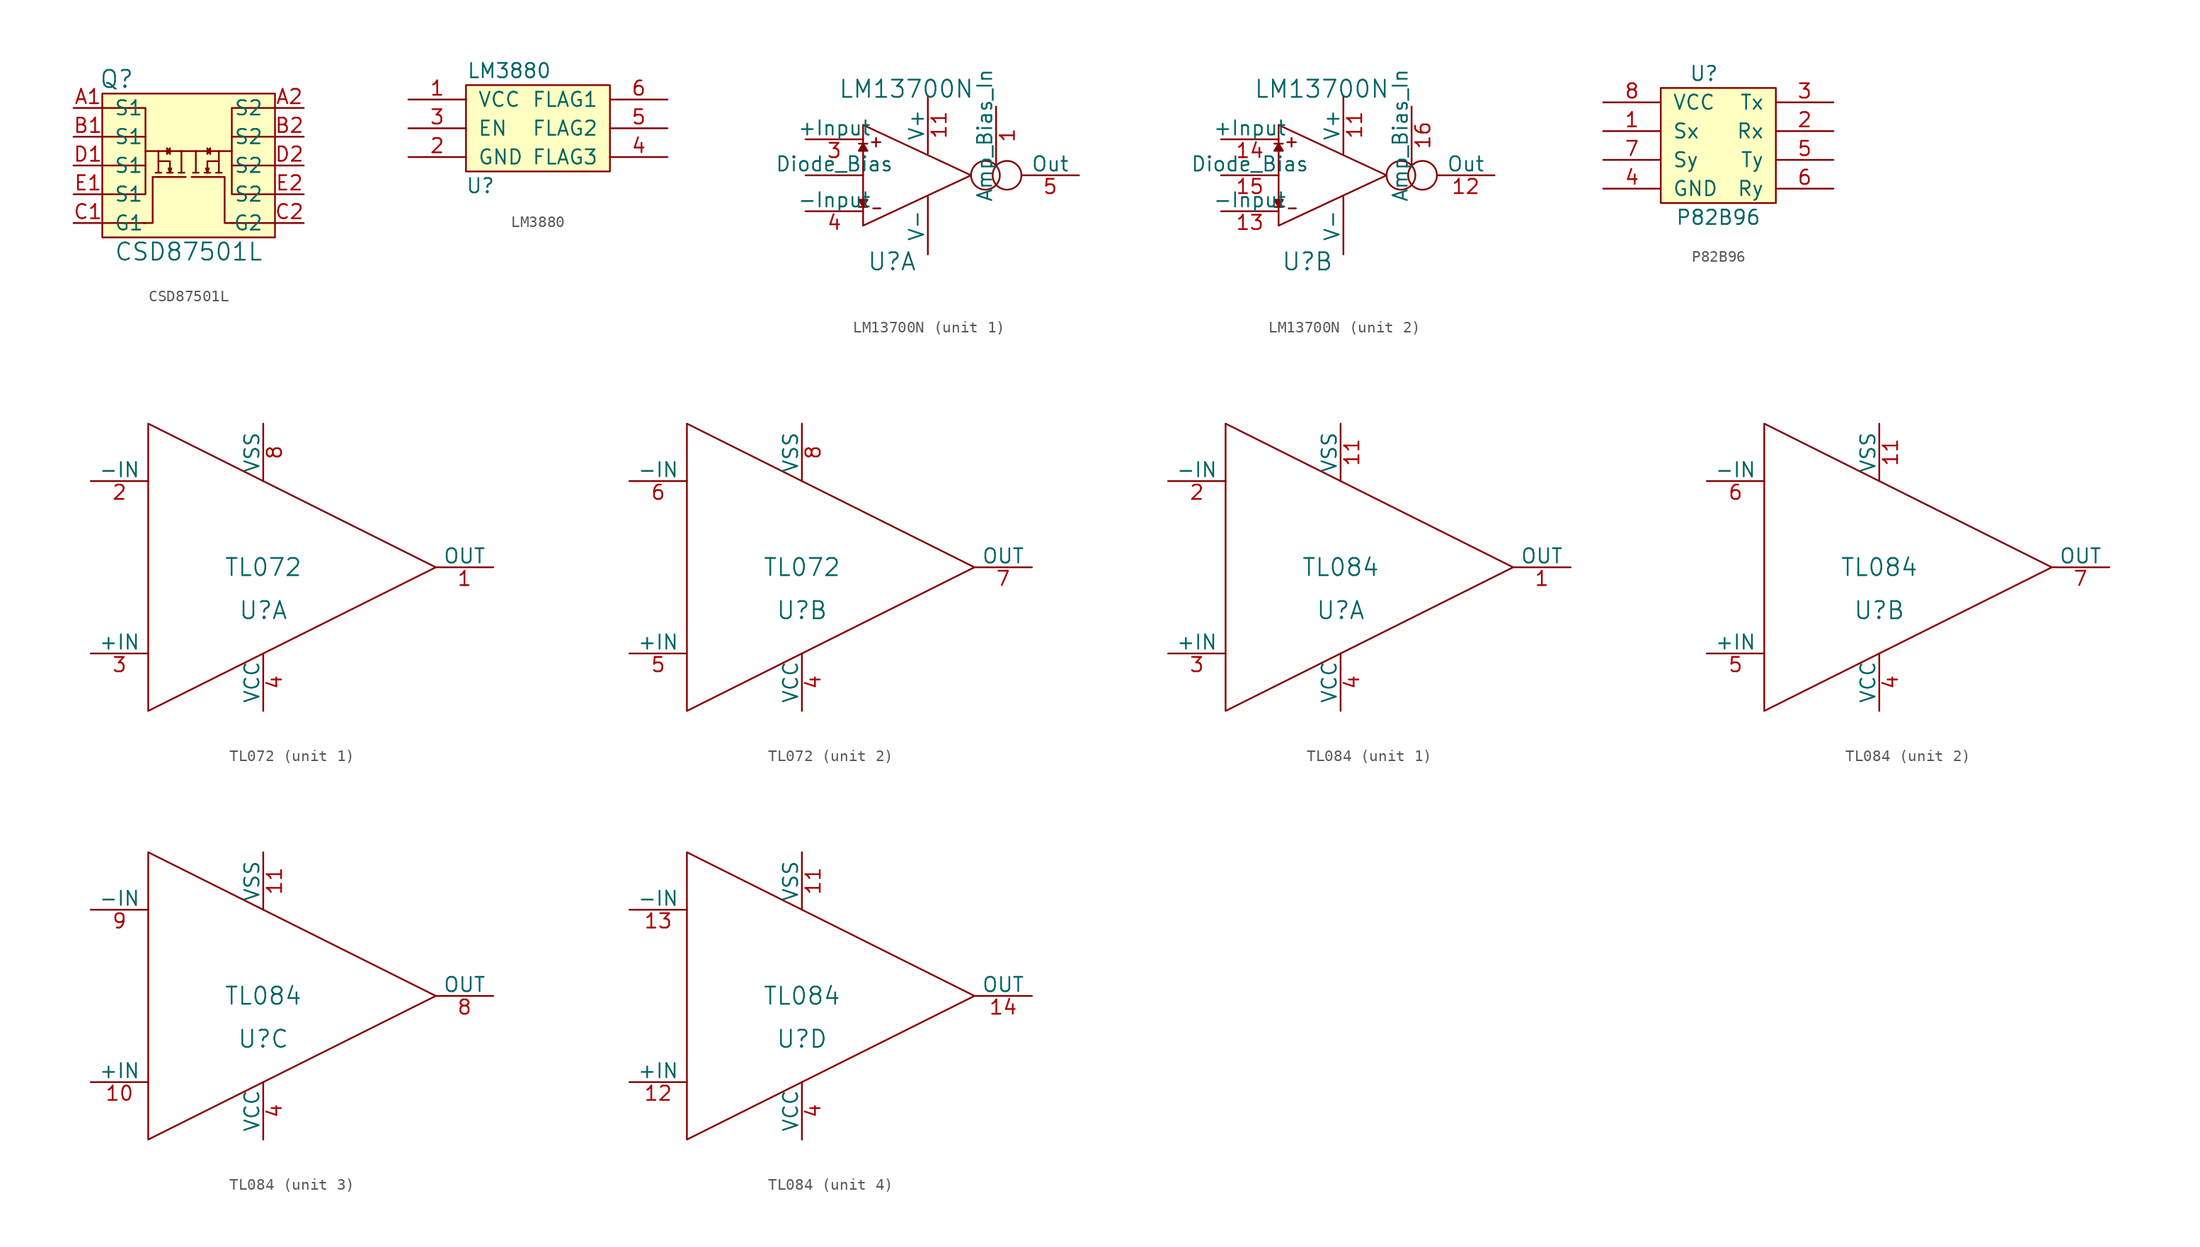
<source format=kicad_sym>
(kicad_symbol_lib
  (version 20241209)
  (generator "kicad_symbol_editor")
  (generator_version "9.0")
  (symbol "CSD87501L"
    (pin_names
      (offset 1.016))
    (property "Reference" "Q"
      (at -6.35 7.62 0)
      (effects (font (size 1.524 1.524))))
    (property "Value" "CSD87501L"
      (at 0 -7.62 0)
      (effects (font (size 1.524 1.524))))
    (symbol "CSD87501L_0_1"
      (rectangle (start -7.62 6.35) (end 7.62 -6.35) (stroke (width 0) (type solid)) (fill (type background)))
      (polyline (pts (xy -7.62 5.08) (xy -3.81 5.08) (xy -3.81 -2.54) (xy -7.62 -2.54)) (stroke (width 0) (type solid)) (fill (type none)))
      (polyline (pts (xy -7.62 2.54) (xy -3.81 2.54)) (stroke (width 0) (type solid)) (fill (type none)))
      (polyline (pts (xy -7.62 0) (xy -3.81 0)) (stroke (width 0) (type solid)) (fill (type none)))
      (polyline (pts (xy -7.62 -5.08) (xy -3.81 -5.08)) (stroke (width 0) (type solid)) (fill (type none)))
      (polyline (pts (xy -3.175 -1.016) (xy -3.175 -5.08) (xy -3.937 -5.08)) (stroke (width 0) (type solid)) (fill (type none)))
      (polyline (pts (xy -2.667 1.27) (xy -3.81 1.27)) (stroke (width 0) (type solid)) (fill (type none)))
      (polyline (pts (xy -2.667 1.27) (xy -0.635 1.27)) (stroke (width 0) (type solid)) (fill (type none)))
      (polyline (pts (xy -2.667 -0.635) (xy -2.667 1.27)) (stroke (width 0) (type solid)) (fill (type none)))
      (polyline (pts (xy -2.413 -0.635) (xy -2.921 -0.635)) (stroke (width 0) (type solid)) (fill (type none)))
      (polyline (pts (xy -1.651 1.27) (xy -1.905 1.016) (xy -1.905 1.524) (xy -1.651 1.27)) (stroke (width 0) (type solid)) (fill (type outline)))
      (polyline (pts (xy -1.651 1.016) (xy -1.651 1.524)) (stroke (width 0) (type solid)) (fill (type none)))
      (polyline (pts (xy -1.651 -0.635) (xy -1.651 0.381) (xy -2.667 0.381)) (stroke (width 0) (type solid)) (fill (type none)))
      (polyline (pts (xy -1.651 -0.635) (xy -1.524 -0.254) (xy -1.778 -0.254) (xy -1.651 -0.635)) (stroke (width 0) (type solid)) (fill (type none)))
      (polyline (pts (xy -1.397 -0.635) (xy -1.905 -0.635)) (stroke (width 0) (type solid)) (fill (type none)))
      (polyline (pts (xy -0.635 -0.635) (xy -0.635 1.27)) (stroke (width 0) (type solid)) (fill (type none)))
      (polyline (pts (xy -0.381 -0.635) (xy -0.889 -0.635)) (stroke (width 0) (type solid)) (fill (type none)))
      (polyline (pts (xy -0.254 -1.016) (xy -3.175 -1.016)) (stroke (width 0) (type solid)) (fill (type none)))
      (polyline (pts (xy 0.254 -1.016) (xy 3.175 -1.016)) (stroke (width 0) (type solid)) (fill (type none)))
      (polyline (pts (xy 0.381 -0.635) (xy 0.889 -0.635)) (stroke (width 0) (type solid)) (fill (type none)))
      (polyline (pts (xy 0.635 1.27) (xy -0.635 1.27)) (stroke (width 0) (type solid)) (fill (type none)))
      (polyline (pts (xy 0.635 -0.635) (xy 0.635 1.27)) (stroke (width 0) (type solid)) (fill (type none)))
      (polyline (pts (xy 1.397 -0.635) (xy 1.905 -0.635)) (stroke (width 0) (type solid)) (fill (type none)))
      (polyline (pts (xy 1.651 1.27) (xy 1.905 1.016) (xy 1.905 1.524) (xy 1.651 1.27)) (stroke (width 0) (type solid)) (fill (type outline)))
      (polyline (pts (xy 1.651 1.016) (xy 1.651 1.524)) (stroke (width 0) (type solid)) (fill (type none)))
      (polyline (pts (xy 1.651 -0.635) (xy 1.651 0.381) (xy 2.667 0.381)) (stroke (width 0) (type solid)) (fill (type none)))
      (polyline (pts (xy 1.651 -0.635) (xy 1.524 -0.254) (xy 1.778 -0.254) (xy 1.651 -0.635)) (stroke (width 0) (type solid)) (fill (type none)))
      (polyline (pts (xy 2.413 -0.635) (xy 2.921 -0.635)) (stroke (width 0) (type solid)) (fill (type none)))
      (polyline (pts (xy 2.667 1.27) (xy 0.635 1.27)) (stroke (width 0) (type solid)) (fill (type none)))
      (polyline (pts (xy 2.667 1.27) (xy 3.81 1.27)) (stroke (width 0) (type solid)) (fill (type none)))
      (polyline (pts (xy 2.667 -0.635) (xy 2.667 1.27)) (stroke (width 0) (type solid)) (fill (type none)))
      (polyline (pts (xy 3.175 -1.016) (xy 3.175 -5.08) (xy 3.937 -5.08)) (stroke (width 0) (type solid)) (fill (type none)))
      (polyline (pts (xy 7.62 5.08) (xy 3.81 5.08) (xy 3.81 -2.54) (xy 7.62 -2.54)) (stroke (width 0) (type solid)) (fill (type none)))
      (polyline (pts (xy 7.62 2.54) (xy 3.81 2.54)) (stroke (width 0) (type solid)) (fill (type none)))
      (polyline (pts (xy 7.62 0) (xy 3.81 0)) (stroke (width 0) (type solid)) (fill (type none)))
      (polyline (pts (xy 7.62 -5.08) (xy 3.81 -5.08)) (stroke (width 0) (type solid)) (fill (type none))))
    (symbol "CSD87501L_1_1"
      (pin bidirectional line (at -10.16 5.08 0) (length 2.54) (name "S1" (effects (font (size 1.27 1.27)))) (number "A1" (effects (font (size 1.27 1.27)))))
      (pin bidirectional line (at -10.16 2.54 0) (length 2.54) (name "S1" (effects (font (size 1.27 1.27)))) (number "B1" (effects (font (size 1.27 1.27)))))
      (pin bidirectional line (at -10.16 0 0) (length 2.54) (name "S1" (effects (font (size 1.27 1.27)))) (number "D1" (effects (font (size 1.27 1.27)))))
      (pin bidirectional line (at -10.16 -2.54 0) (length 2.54) (name "S1" (effects (font (size 1.27 1.27)))) (number "E1" (effects (font (size 1.27 1.27)))))
      (pin input line (at -10.16 -5.08 0) (length 2.54) (name "G1" (effects (font (size 1.27 1.27)))) (number "C1" (effects (font (size 1.27 1.27)))))
      (pin bidirectional line (at 10.16 5.08 180) (length 2.54) (name "S2" (effects (font (size 1.27 1.27)))) (number "A2" (effects (font (size 1.27 1.27)))))
      (pin bidirectional line (at 10.16 2.54 180) (length 2.54) (name "S2" (effects (font (size 1.27 1.27)))) (number "B2" (effects (font (size 1.27 1.27)))))
      (pin bidirectional line (at 10.16 0 180) (length 2.54) (name "S2" (effects (font (size 1.27 1.27)))) (number "D2" (effects (font (size 1.27 1.27)))))
      (pin bidirectional line (at 10.16 -2.54 180) (length 2.54) (name "S2" (effects (font (size 1.27 1.27)))) (number "E2" (effects (font (size 1.27 1.27)))))
      (pin input line (at 10.16 -5.08 180) (length 2.54) (name "G2" (effects (font (size 1.27 1.27)))) (number "C2" (effects (font (size 1.27 1.27)))))))
  (symbol "LM3880"
    (pin_names
      (offset 1.016))
    (property "Reference" "U"
      (at -5.08 -5.08 0)
      (effects (font (size 1.27 1.27))))
    (property "Value" "LM3880"
      (at -2.54 5.08 0)
      (effects (font (size 1.27 1.27))))
    (symbol "LM3880_0_1"
      (rectangle (start -6.35 3.81) (end 6.35 -3.81) (stroke (width 0) (type solid)) (fill (type background))))
    (symbol "LM3880_1_1"
      (pin power_in line (at -11.43 2.54 0) (length 5.08) (name "VCC" (effects (font (size 1.27 1.27)))) (number "1" (effects (font (size 1.27 1.27)))))
      (pin input line (at -11.43 0 0) (length 5.08) (name "EN" (effects (font (size 1.27 1.27)))) (number "3" (effects (font (size 1.27 1.27)))))
      (pin power_in line (at -11.43 -2.54 0) (length 5.08) (name "GND" (effects (font (size 1.27 1.27)))) (number "2" (effects (font (size 1.27 1.27)))))
      (pin output line (at 11.43 2.54 180) (length 5.08) (name "FLAG1" (effects (font (size 1.27 1.27)))) (number "6" (effects (font (size 1.27 1.27)))))
      (pin output line (at 11.43 0 180) (length 5.08) (name "FLAG2" (effects (font (size 1.27 1.27)))) (number "5" (effects (font (size 1.27 1.27)))))
      (pin output line (at 11.43 -2.54 180) (length 5.08) (name "FLAG3" (effects (font (size 1.27 1.27)))) (number "4" (effects (font (size 1.27 1.27)))))))
  (symbol "LM13700N"
    (pin_names
      (offset 0))
    (property "Reference" "U"
      (at 0 -7.62 0)
      (effects (font (size 1.524 1.524))))
    (property "Value" "LM13700N"
      (at 1.27 7.62 0)
      (effects (font (size 1.524 1.524))))
    (property "Footprint" ""
      (at -2.54 -10.16 0)
      (effects (font (size 1.524 1.524))))
    (symbol "LM13700N_0_1"
      (polyline (pts (xy -2.921 2.794) (xy -2.159 2.794)) (stroke (width 0) (type solid)) (fill (type none)))
      (polyline (pts (xy -2.921 2.159) (xy -2.159 2.159) (xy -2.54 2.794) (xy -2.921 2.159)) (stroke (width 0) (type solid)) (fill (type outline)))
      (polyline (pts (xy -2.921 -2.159) (xy -2.159 -2.159) (xy -2.54 -2.794) (xy -2.921 -2.159)) (stroke (width 0) (type solid)) (fill (type outline)))
      (polyline (pts (xy -2.921 -2.794) (xy -2.159 -2.794)) (stroke (width 0) (type solid)) (fill (type none)))
      (polyline (pts (xy -2.54 4.445) (xy -2.54 -4.445) (xy 6.985 0) (xy -2.54 4.445)) (stroke (width 0) (type solid)) (fill (type none)))
      (polyline (pts (xy -1.778 2.921) (xy -1.016 2.921)) (stroke (width 0) (type solid)) (fill (type none)))
      (polyline (pts (xy -1.651 -2.921) (xy -1.143 -2.921)) (stroke (width 0) (type solid)) (fill (type none)))
      (polyline (pts (xy -1.397 3.175) (xy -1.397 3.302)) (stroke (width 0) (type solid)) (fill (type none)))
      (polyline (pts (xy -1.397 3.175) (xy -1.397 2.54)) (stroke (width 0) (type solid)) (fill (type none)))
      (polyline (pts (xy -1.143 -2.921) (xy -1.016 -2.921)) (stroke (width 0) (type solid)) (fill (type none)))
      (circle (center 8.255 0) (radius 1.27) (stroke (width 0) (type solid)) (fill (type none)))
      (circle (center 10.16 0) (radius 1.27) (stroke (width 0) (type solid)) (fill (type none)))
      (pin power_in line (at 3.175 6.985 270) (length 5.08) (name "V+" (effects (font (size 1.27 1.27)))) (number "11" (effects (font (size 1.27 1.27)))))
      (pin power_in line (at 3.175 -6.985 90) (length 5.08) (name "V-" (effects (font (size 1.27 1.27)))) (number "~" (effects (font (size 1.27 1.27))))))
    (symbol "LM13700N_1_1"
      (pin input line (at -7.62 3.175 0) (length 5.08) (name "+Input" (effects (font (size 1.27 1.27)))) (number "3" (effects (font (size 1.27 1.27)))))
      (pin passive line (at -7.62 0 0) (length 5.08) (name "Diode_Bias" (effects (font (size 1.27 1.27)))) (number "~" (effects (font (size 1.27 1.27)))))
      (pin input line (at -7.62 -3.175 0) (length 5.08) (name "-Input" (effects (font (size 1.27 1.27)))) (number "4" (effects (font (size 1.27 1.27)))))
      (pin input line (at 9.195 6.071 270) (length 5.08) (name "Amp_Bias_In" (effects (font (size 1.27 1.27)))) (number "1" (effects (font (size 1.27 1.27)))))
      (pin output line (at 16.51 0 180) (length 5.08) (name "Out" (effects (font (size 1.27 1.27)))) (number "5" (effects (font (size 1.27 1.27))))))
    (symbol "LM13700N_2_1"
      (pin input line (at -7.62 3.175 0) (length 5.08) (name "+Input" (effects (font (size 1.27 1.27)))) (number "14" (effects (font (size 1.27 1.27)))))
      (pin passive line (at -7.62 0 0) (length 5.08) (name "Diode_Bias" (effects (font (size 1.27 1.27)))) (number "15" (effects (font (size 1.27 1.27)))))
      (pin input line (at -7.62 -3.175 0) (length 5.08) (name "-Input" (effects (font (size 1.27 1.27)))) (number "13" (effects (font (size 1.27 1.27)))))
      (pin input line (at 9.195 6.071 270) (length 5.08) (name "Amp_Bias_In" (effects (font (size 1.27 1.27)))) (number "16" (effects (font (size 1.27 1.27)))))
      (pin output line (at 16.51 0 180) (length 5.08) (name "Out" (effects (font (size 1.27 1.27)))) (number "12" (effects (font (size 1.27 1.27)))))))
  (symbol "P82B96"
    (pin_names
      (offset 1.016))
    (property "Reference" "U"
      (at -1.27 6.35 0)
      (effects (font (size 1.27 1.27))))
    (property "Value" "P82B96"
      (at 0 -6.35 0)
      (effects (font (size 1.27 1.27))))
    (symbol "P82B96_0_1"
      (rectangle (start -5.08 5.08) (end 5.08 -5.08) (stroke (width 0) (type solid)) (fill (type background))))
    (symbol "P82B96_1_1"
      (pin power_in line (at -10.16 3.81 0) (length 5.08) (name "VCC" (effects (font (size 1.27 1.27)))) (number "8" (effects (font (size 1.27 1.27)))))
      (pin bidirectional line (at -10.16 1.27 0) (length 5.08) (name "Sx" (effects (font (size 1.27 1.27)))) (number "1" (effects (font (size 1.27 1.27)))))
      (pin bidirectional line (at -10.16 -1.27 0) (length 5.08) (name "Sy" (effects (font (size 1.27 1.27)))) (number "7" (effects (font (size 1.27 1.27)))))
      (pin power_in line (at -10.16 -3.81 0) (length 5.08) (name "GND" (effects (font (size 1.27 1.27)))) (number "4" (effects (font (size 1.27 1.27)))))
      (pin output line (at 10.16 3.81 180) (length 5.08) (name "Tx" (effects (font (size 1.27 1.27)))) (number "3" (effects (font (size 1.27 1.27)))))
      (pin input line (at 10.16 1.27 180) (length 5.08) (name "Rx" (effects (font (size 1.27 1.27)))) (number "2" (effects (font (size 1.27 1.27)))))
      (pin output line (at 10.16 -1.27 180) (length 5.08) (name "Ty" (effects (font (size 1.27 1.27)))) (number "5" (effects (font (size 1.27 1.27)))))
      (pin input line (at 10.16 -3.81 180) (length 5.08) (name "Ry" (effects (font (size 1.27 1.27)))) (number "6" (effects (font (size 1.27 1.27)))))))
  (symbol "TL072"
    (pin_names
      (offset 0))
    (property "Reference" "U"
      (at 0 -3.81 0)
      (effects (font (size 1.524 1.524))))
    (property "Value" "TL072"
      (at 0 0 0)
      (effects (font (size 1.524 1.524))))
    (property "Footprint" ""
      (at -2.54 -6.35 0)
      (effects (font (size 1.524 1.524))))
    (symbol "TL072_0_1"
      (polyline (pts (xy -10.16 12.7) (xy -10.16 -12.7) (xy 15.24 0) (xy -10.16 12.7)) (stroke (width 0) (type solid)) (fill (type none)))
      (pin power_in line (at 0 12.7 270) (length 5.08) (name "VSS" (effects (font (size 1.27 1.27)))) (number "8" (effects (font (size 1.27 1.27)))))
      (pin power_in line (at 0 -12.7 90) (length 5.08) (name "VCC" (effects (font (size 1.27 1.27)))) (number "4" (effects (font (size 1.27 1.27))))))
    (symbol "TL072_1_1"
      (pin input line (at -15.24 7.62 0) (length 5.08) (name "-IN" (effects (font (size 1.27 1.27)))) (number "2" (effects (font (size 1.27 1.27)))))
      (pin input line (at -15.24 -7.62 0) (length 5.08) (name "+IN" (effects (font (size 1.27 1.27)))) (number "3" (effects (font (size 1.27 1.27)))))
      (pin input line (at 20.32 0 180) (length 5.08) (name "OUT" (effects (font (size 1.27 1.27)))) (number "1" (effects (font (size 1.27 1.27))))))
    (symbol "TL072_2_1"
      (pin input line (at -15.24 7.62 0) (length 5.08) (name "-IN" (effects (font (size 1.27 1.27)))) (number "6" (effects (font (size 1.27 1.27)))))
      (pin input line (at -15.24 -7.62 0) (length 5.08) (name "+IN" (effects (font (size 1.27 1.27)))) (number "5" (effects (font (size 1.27 1.27)))))
      (pin input line (at 20.32 0 180) (length 5.08) (name "OUT" (effects (font (size 1.27 1.27)))) (number "7" (effects (font (size 1.27 1.27)))))))
  (symbol "TL084"
    (pin_names
      (offset 0))
    (property "Reference" "U"
      (at 0 -3.81 0)
      (effects (font (size 1.524 1.524))))
    (property "Value" "TL084"
      (at 0 0 0)
      (effects (font (size 1.524 1.524))))
    (property "Footprint" ""
      (at 0 0 0)
      (effects (font (size 1.524 1.524))))
    (symbol "TL084_0_1"
      (polyline (pts (xy -10.16 12.7) (xy -10.16 -12.7) (xy 15.24 0) (xy -10.16 12.7)) (stroke (width 0) (type solid)) (fill (type none)))
      (pin power_in line (at 0 12.7 270) (length 5.08) (name "VSS" (effects (font (size 1.27 1.27)))) (number "11" (effects (font (size 1.27 1.27)))))
      (pin power_in line (at 0 -12.7 90) (length 5.08) (name "VCC" (effects (font (size 1.27 1.27)))) (number "4" (effects (font (size 1.27 1.27))))))
    (symbol "TL084_1_1"
      (pin input line (at -15.24 7.62 0) (length 5.08) (name "-IN" (effects (font (size 1.27 1.27)))) (number "2" (effects (font (size 1.27 1.27)))))
      (pin input line (at -15.24 -7.62 0) (length 5.08) (name "+IN" (effects (font (size 1.27 1.27)))) (number "3" (effects (font (size 1.27 1.27)))))
      (pin input line (at 20.32 0 180) (length 5.08) (name "OUT" (effects (font (size 1.27 1.27)))) (number "1" (effects (font (size 1.27 1.27))))))
    (symbol "TL084_2_1"
      (pin input line (at -15.24 7.62 0) (length 5.08) (name "-IN" (effects (font (size 1.27 1.27)))) (number "6" (effects (font (size 1.27 1.27)))))
      (pin input line (at -15.24 -7.62 0) (length 5.08) (name "+IN" (effects (font (size 1.27 1.27)))) (number "5" (effects (font (size 1.27 1.27)))))
      (pin input line (at 20.32 0 180) (length 5.08) (name "OUT" (effects (font (size 1.27 1.27)))) (number "7" (effects (font (size 1.27 1.27))))))
    (symbol "TL084_3_1"
      (pin input line (at -15.24 7.62 0) (length 5.08) (name "-IN" (effects (font (size 1.27 1.27)))) (number "9" (effects (font (size 1.27 1.27)))))
      (pin input line (at -15.24 -7.62 0) (length 5.08) (name "+IN" (effects (font (size 1.27 1.27)))) (number "10" (effects (font (size 1.27 1.27)))))
      (pin input line (at 20.32 0 180) (length 5.08) (name "OUT" (effects (font (size 1.27 1.27)))) (number "8" (effects (font (size 1.27 1.27))))))
    (symbol "TL084_4_1"
      (pin input line (at -15.24 7.62 0) (length 5.08) (name "-IN" (effects (font (size 1.27 1.27)))) (number "13" (effects (font (size 1.27 1.27)))))
      (pin input line (at -15.24 -7.62 0) (length 5.08) (name "+IN" (effects (font (size 1.27 1.27)))) (number "12" (effects (font (size 1.27 1.27)))))
      (pin input line (at 20.32 0 180) (length 5.08) (name "OUT" (effects (font (size 1.27 1.27)))) (number "14" (effects (font (size 1.27 1.27))))))))
</source>
